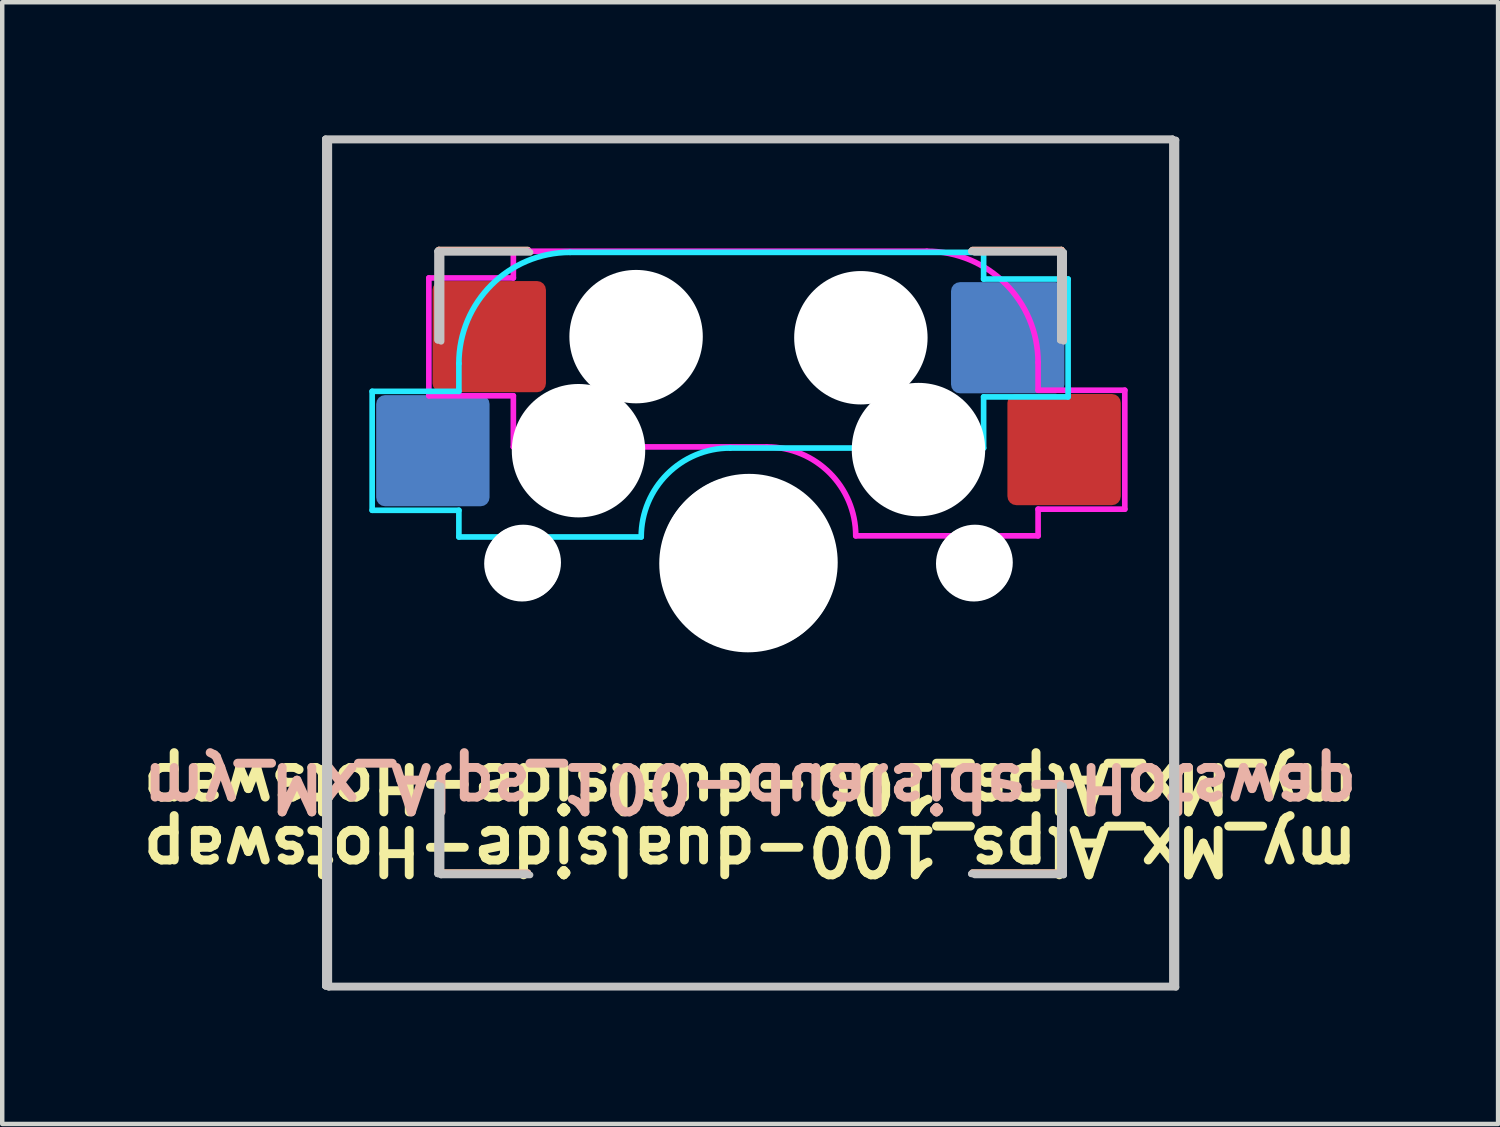
<source format=kicad_pcb>
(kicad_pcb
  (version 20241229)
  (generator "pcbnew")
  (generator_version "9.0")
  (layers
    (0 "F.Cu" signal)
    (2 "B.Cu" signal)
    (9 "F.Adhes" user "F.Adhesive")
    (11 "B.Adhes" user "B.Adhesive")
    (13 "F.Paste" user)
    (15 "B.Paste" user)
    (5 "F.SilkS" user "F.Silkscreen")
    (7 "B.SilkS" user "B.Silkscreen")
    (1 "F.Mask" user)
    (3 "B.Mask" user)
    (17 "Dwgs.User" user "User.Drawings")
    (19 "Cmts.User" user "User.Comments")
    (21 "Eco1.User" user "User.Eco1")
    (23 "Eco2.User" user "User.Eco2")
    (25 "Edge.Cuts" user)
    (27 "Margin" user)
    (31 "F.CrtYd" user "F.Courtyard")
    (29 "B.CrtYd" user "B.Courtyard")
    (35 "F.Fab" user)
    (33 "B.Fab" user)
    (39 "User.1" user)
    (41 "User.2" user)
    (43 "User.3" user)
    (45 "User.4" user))
  (footprint "my_Mx_Alps_100-dualside-Hotswap"
    (layer "F.Cu")
    (at 13.819 9.575)
    (property "Reference" "my_Mx_Alps_100-dualside-Hotswap" (at 0 6.5 180) (unlocked yes) (layer "F.SilkS") (effects (font (size 1 1) (thickness 0.2) (bold yes))))
    (attr smd)
    (fp_line (start -7 -5) (end -7 -7) (stroke (width 0.15) (type default)) (layer "F.SilkS"))
    (fp_line (start -7 5) (end -7 7) (stroke (width 0.15) (type default)) (layer "F.SilkS"))
    (fp_line (start -5 -7) (end -7 -7) (stroke (width 0.15) (type default)) (layer "F.SilkS"))
    (fp_line (start -5 7) (end -7 7) (stroke (width 0.15) (type default)) (layer "F.SilkS"))
    (fp_line (start 5 -7) (end 7 -7) (stroke (width 0.15) (type default)) (layer "F.SilkS"))
    (fp_line (start 5 7) (end 7 7) (stroke (width 0.15) (type default)) (layer "F.SilkS"))
    (fp_line (start 7 -7) (end 7 -5) (stroke (width 0.15) (type default)) (layer "F.SilkS"))
    (fp_line (start 7 7) (end 7 5) (stroke (width 0.15) (type default)) (layer "F.SilkS"))
    (fp_line (start -7 -5) (end -7 -7) (stroke (width 0.15) (type default)) (layer "B.SilkS"))
    (fp_line (start -7 5) (end -7 7) (stroke (width 0.15) (type default)) (layer "B.SilkS"))
    (fp_line (start -5 -7) (end -7 -7) (stroke (width 0.15) (type default)) (layer "B.SilkS"))
    (fp_line (start -5 7) (end -7 7) (stroke (width 0.15) (type default)) (layer "B.SilkS"))
    (fp_line (start 5 -7) (end 7 -7) (stroke (width 0.15) (type default)) (layer "B.SilkS"))
    (fp_line (start 7 -5) (end 7 -7) (stroke (width 0.15) (type default)) (layer "B.SilkS"))
    (fp_line (start 7 5) (end 7 7) (stroke (width 0.15) (type default)) (layer "B.SilkS"))
    (fp_line (start 7 7) (end 5 7) (stroke (width 0.15) (type default)) (layer "B.SilkS"))
    (fp_line (start -9.55 -9.5) (end 9.5 -9.5) (stroke (width 0.15) (type solid)) (layer "Dwgs.User"))
    (fp_line (start -9.55 9.55) (end -9.55 -9.5) (stroke (width 0.15) (type solid)) (layer "Dwgs.User"))
    (fp_line (start -9.55 9.55) (end -9.55 -9.5) (stroke (width 0.15) (type solid)) (layer "Dwgs.User"))
    (fp_line (start -9.55 9.55) (end 9.5 9.55) (stroke (width 0.15) (type solid)) (layer "Dwgs.User"))
    (fp_line (start -9.475 9.575) (end -9.475 -9.475) (stroke (width 0.15) (type solid)) (layer "Dwgs.User"))
    (fp_line (start -7.025 -6.975) (end -5.025 -6.975) (stroke (width 0.15) (type solid)) (layer "Dwgs.User"))
    (fp_line (start -7.025 -6.975) (end -5.025 -6.975) (stroke (width 0.15) (type solid)) (layer "Dwgs.User"))
    (fp_line (start -7.025 -4.975) (end -7.025 -6.975) (stroke (width 0.15) (type solid)) (layer "Dwgs.User"))
    (fp_line (start -7.025 -4.975) (end -7.025 -6.975) (stroke (width 0.15) (type solid)) (layer "Dwgs.User"))
    (fp_line (start -7.025 5.025) (end -7.025 7.025) (stroke (width 0.15) (type solid)) (layer "Dwgs.User"))
    (fp_line (start -7.025 7.025) (end -7.025 5.025) (stroke (width 0.15) (type solid)) (layer "Dwgs.User"))
    (fp_line (start -7.025 7.025) (end -5.025 7.025) (stroke (width 0.15) (type solid)) (layer "Dwgs.User"))
    (fp_line (start -6.95 -6.95) (end -4.95 -6.95) (stroke (width 0.15) (type solid)) (layer "Dwgs.User"))
    (fp_line (start -6.95 -4.95) (end -6.95 -6.95) (stroke (width 0.15) (type solid)) (layer "Dwgs.User"))
    (fp_line (start -6.95 5.05) (end -6.95 7.05) (stroke (width 0.15) (type solid)) (layer "Dwgs.User"))
    (fp_line (start -6.95 7.05) (end -4.95 7.05) (stroke (width 0.15) (type solid)) (layer "Dwgs.User"))
    (fp_line (start -5.025 7.025) (end -7.025 7.025) (stroke (width 0.15) (type solid)) (layer "Dwgs.User"))
    (fp_line (start 4.975 7.025) (end 6.975 7.025) (stroke (width 0.15) (type solid)) (layer "Dwgs.User"))
    (fp_line (start 5.05 7.05) (end 7.05 7.05) (stroke (width 0.15) (type solid)) (layer "Dwgs.User"))
    (fp_line (start 6.975 -6.975) (end 4.975 -6.975) (stroke (width 0.15) (type solid)) (layer "Dwgs.User"))
    (fp_line (start 6.975 -6.975) (end 4.975 -6.975) (stroke (width 0.15) (type solid)) (layer "Dwgs.User"))
    (fp_line (start 6.975 -4.975) (end 6.975 -6.975) (stroke (width 0.15) (type solid)) (layer "Dwgs.User"))
    (fp_line (start 6.975 -4.975) (end 6.975 -6.975) (stroke (width 0.15) (type solid)) (layer "Dwgs.User"))
    (fp_line (start 6.975 5.025) (end 6.975 7.025) (stroke (width 0.15) (type solid)) (layer "Dwgs.User"))
    (fp_line (start 6.975 7.025) (end 4.975 7.025) (stroke (width 0.15) (type solid)) (layer "Dwgs.User"))
    (fp_line (start 6.975 7.025) (end 6.975 5.025) (stroke (width 0.15) (type solid)) (layer "Dwgs.User"))
    (fp_line (start 7.05 -6.95) (end 5.05 -6.95) (stroke (width 0.15) (type solid)) (layer "Dwgs.User"))
    (fp_line (start 7.05 -4.95) (end 7.05 -6.95) (stroke (width 0.15) (type solid)) (layer "Dwgs.User"))
    (fp_line (start 7.05 7.05) (end 7.05 5.05) (stroke (width 0.15) (type solid)) (layer "Dwgs.User"))
    (fp_line (start 9.5 -9.5) (end -9.55 -9.5) (stroke (width 0.15) (type solid)) (layer "Dwgs.User"))
    (fp_line (start 9.5 9.55) (end -9.55 9.55) (stroke (width 0.15) (type solid)) (layer "Dwgs.User"))
    (fp_line (start 9.5 9.55) (end 9.5 -9.5) (stroke (width 0.15) (type solid)) (layer "Dwgs.User"))
    (fp_line (start 9.5 9.55) (end 9.5 -9.5) (stroke (width 0.15) (type solid)) (layer "Dwgs.User"))
    (fp_line (start 9.575 -9.475) (end -9.475 -9.475) (stroke (width 0.15) (type solid)) (layer "Dwgs.User"))
    (fp_line (start 9.575 9.575) (end -9.475 9.575) (stroke (width 0.15) (type solid)) (layer "Dwgs.User"))
    (fp_line (start 9.575 9.575) (end 9.575 -9.475) (stroke (width 0.15) (type solid)) (layer "Dwgs.User"))
    (fp_line (start -8.5 -3.825) (end -6.55 -3.825) (stroke (width 0.127) (type solid)) (layer "B.CrtYd"))
    (fp_line (start -8.5 -1.15) (end -8.5 -3.825) (stroke (width 0.127) (type solid)) (layer "B.CrtYd"))
    (fp_line (start -6.55 -3.825) (end -6.55 -4.45) (stroke (width 0.127) (type solid)) (layer "B.CrtYd"))
    (fp_line (start -6.55 -1.15) (end -8.5 -1.15) (stroke (width 0.127) (type solid)) (layer "B.CrtYd"))
    (fp_line (start -6.55 -1.15) (end -6.55 -0.55) (stroke (width 0.127) (type solid)) (layer "B.CrtYd"))
    (fp_line (start -4.05 -6.95) (end 5.25 -6.95) (stroke (width 0.127) (type solid)) (layer "B.CrtYd"))
    (fp_line (start -2.45 -0.55) (end -6.55 -0.55) (stroke (width 0.127) (type solid)) (layer "B.CrtYd"))
    (fp_line (start 5.25 -6.35) (end 5.25 -6.95) (stroke (width 0.127) (type solid)) (layer "B.CrtYd"))
    (fp_line (start 5.25 -3.7) (end 5.25 -2.55) (stroke (width 0.127) (type solid)) (layer "B.CrtYd"))
    (fp_line (start 5.25 -3.7) (end 7.15 -3.7) (stroke (width 0.127) (type solid)) (layer "B.CrtYd"))
    (fp_line (start 5.25 -2.55) (end -0.45 -2.55) (stroke (width 0.127) (type solid)) (layer "B.CrtYd"))
    (fp_line (start 7.15 -6.35) (end 5.25 -6.35) (stroke (width 0.127) (type solid)) (layer "B.CrtYd"))
    (fp_line (start 7.15 -3.7) (end 7.15 -6.35) (stroke (width 0.127) (type solid)) (layer "B.CrtYd"))
    (fp_arc (start -6.55 -4.45) (mid -5.817767 -6.217767) (end -4.05 -6.95) (stroke (width 0.127) (type solid)) (layer "B.CrtYd"))
    (fp_arc (start -2.45 -0.55) (mid -1.864214 -1.964214) (end -0.45 -2.55) (stroke (width 0.127) (type solid)) (layer "B.CrtYd"))
    (fp_line (start -7.225 -6.375) (end -5.325 -6.375) (stroke (width 0.127) (type solid)) (layer "F.CrtYd"))
    (fp_line (start -7.225 -3.725) (end -7.225 -6.375) (stroke (width 0.127) (type solid)) (layer "F.CrtYd"))
    (fp_line (start -5.325 -6.375) (end -5.325 -6.975) (stroke (width 0.127) (type solid)) (layer "F.CrtYd"))
    (fp_line (start -5.325 -3.725) (end -7.225 -3.725) (stroke (width 0.127) (type solid)) (layer "F.CrtYd"))
    (fp_line (start -5.325 -3.725) (end -5.325 -2.575) (stroke (width 0.127) (type solid)) (layer "F.CrtYd"))
    (fp_line (start -5.325 -2.575) (end 0.375 -2.575) (stroke (width 0.127) (type solid)) (layer "F.CrtYd"))
    (fp_line (start 2.375 -0.575) (end 6.475 -0.575) (stroke (width 0.127) (type solid)) (layer "F.CrtYd"))
    (fp_line (start 3.975 -6.975) (end -5.325 -6.975) (stroke (width 0.127) (type solid)) (layer "F.CrtYd"))
    (fp_line (start 6.475 -3.85) (end 6.475 -4.475) (stroke (width 0.127) (type solid)) (layer "F.CrtYd"))
    (fp_line (start 6.475 -1.175) (end 6.475 -0.575) (stroke (width 0.127) (type solid)) (layer "F.CrtYd"))
    (fp_line (start 6.475 -1.175) (end 8.425 -1.175) (stroke (width 0.127) (type solid)) (layer "F.CrtYd"))
    (fp_line (start 8.425 -3.85) (end 6.475 -3.85) (stroke (width 0.127) (type solid)) (layer "F.CrtYd"))
    (fp_line (start 8.425 -1.175) (end 8.425 -3.85) (stroke (width 0.127) (type solid)) (layer "F.CrtYd"))
    (fp_arc (start 0.375 -2.575) (mid 1.789214 -1.989214) (end 2.375 -0.575) (stroke (width 0.127) (type solid)) (layer "F.CrtYd"))
    (fp_arc (start 3.975 -6.975) (mid 5.742767 -6.242767) (end 6.475 -4.475) (stroke (width 0.127) (type solid)) (layer "F.CrtYd"))
    (fp_text user "${REFERENCE}" (at 0 4.5 180) (unlocked yes) (layer "F.SilkS") (effects (font (size 1 1) (thickness 0.2) (bold yes)) (justify bottom)))
    (fp_text user "${REFERENCE}" (at 0 4.5 180) (unlocked yes) (layer "B.SilkS") (effects (font (size 1 1) (thickness 0.2) (bold yes)) (justify bottom mirror)))
    (pad "" np_thru_hole circle (at -5.13 0.05 48.099) (size 1.702 1.702) (drill 1.702) (layers "*.Cu" "*.Mask"))
    (pad "" np_thru_hole circle (at -5.105 0.025 311.901) (size 1.702 1.702) (drill 1.702) (layers "*.Cu" "*.Mask"))
    (pad "" np_thru_hole circle (at -3.86 -2.49) (size 3 3) (drill 3) (layers "*.Cu" "*.Mask"))
    (pad "" np_thru_hole circle (at -2.565 -5.055) (size 3 3) (drill 3) (layers "*.Cu" "*.Mask"))
    (pad "" np_thru_hole circle (at -0.05 0.05) (size 3.988 3.988) (drill 3.988) (layers "*.Cu" "*.Mask"))
    (pad "" np_thru_hole circle (at -0.025 0.025) (size 3.988 3.988) (drill 3.988) (layers "*.Cu" "*.Mask"))
    (pad "" np_thru_hole circle (at 2.49 -5.03) (size 3 3) (drill 3) (layers "*.Cu" "*.Mask"))
    (pad "" np_thru_hole circle (at 3.785 -2.515) (size 3 3) (drill 3) (layers "*.Cu" "*.Mask"))
    (pad "" np_thru_hole circle (at 5.03 0.05 48.099) (size 1.702 1.702) (drill 1.702) (layers "*.Cu" "*.Mask"))
    (pad "" np_thru_hole circle (at 5.055 0.025 311.901) (size 1.702 1.702) (drill 1.702) (layers "*.Cu" "*.Mask"))
    (pad "1" smd roundrect (at -5.867 -5.055) (size 2.55 2.5) (layers "F.Cu" "F.Mask" "F.Paste") (roundrect_rratio 0.08))
    (pad "1" smd roundrect (at 5.792 -5.03) (size 2.55 2.5) (layers "B.Cu" "B.Mask" "B.Paste") (roundrect_rratio 0.08))
    (pad "2" smd roundrect (at -7.135 -2.49) (size 2.55 2.5) (layers "B.Cu" "B.Mask" "B.Paste") (roundrect_rratio 0.08))
    (pad "2" smd roundrect (at 7.06 -2.515) (size 2.55 2.5) (layers "F.Cu" "F.Mask" "F.Paste") (roundrect_rratio 0.08)))
  (gr_rect
    (start -3 -3)
    (end 30.638 22.225)
    (stroke (width 0.1) (type default))
    (fill no)
    (layer "Edge.Cuts")))
</source>
